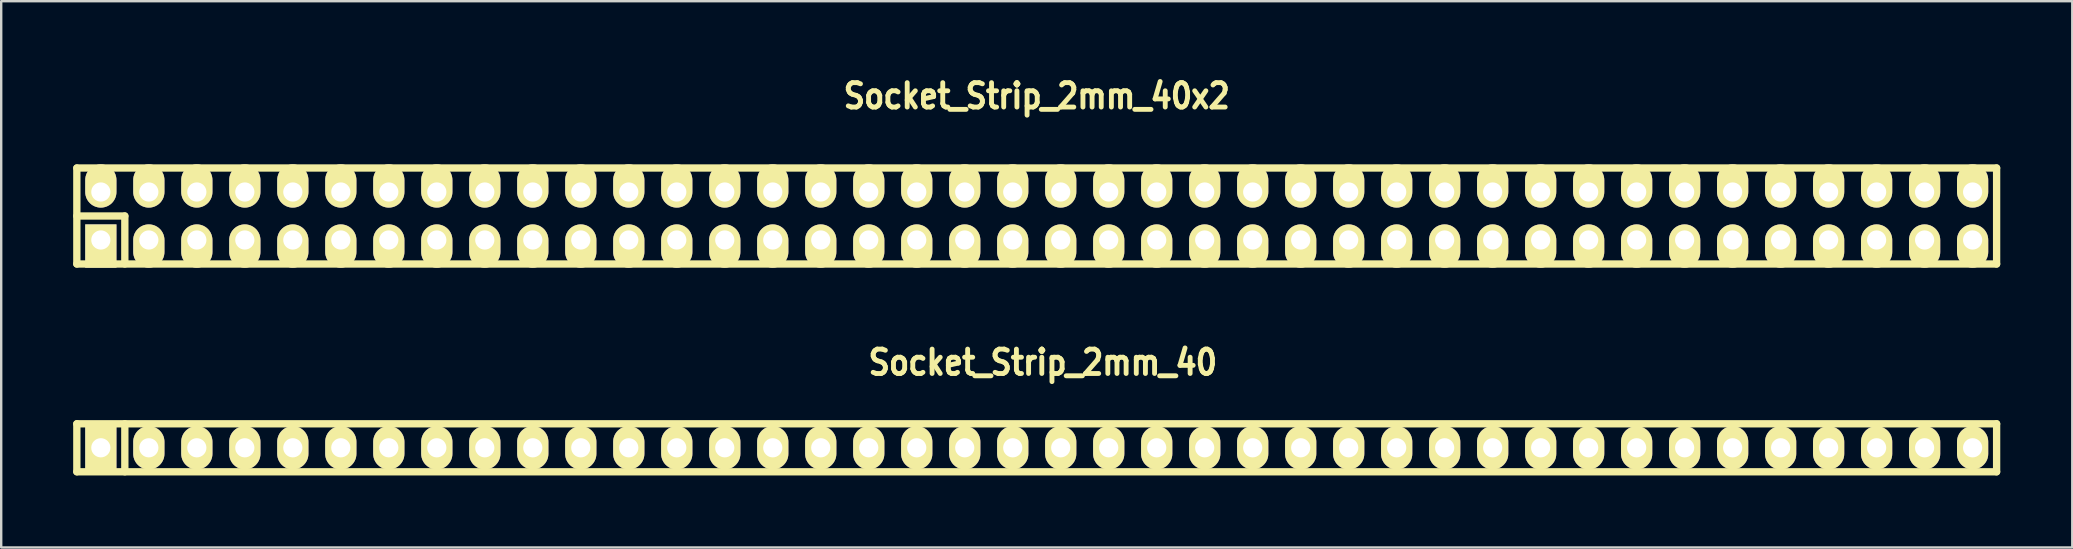
<source format=kicad_pcb>
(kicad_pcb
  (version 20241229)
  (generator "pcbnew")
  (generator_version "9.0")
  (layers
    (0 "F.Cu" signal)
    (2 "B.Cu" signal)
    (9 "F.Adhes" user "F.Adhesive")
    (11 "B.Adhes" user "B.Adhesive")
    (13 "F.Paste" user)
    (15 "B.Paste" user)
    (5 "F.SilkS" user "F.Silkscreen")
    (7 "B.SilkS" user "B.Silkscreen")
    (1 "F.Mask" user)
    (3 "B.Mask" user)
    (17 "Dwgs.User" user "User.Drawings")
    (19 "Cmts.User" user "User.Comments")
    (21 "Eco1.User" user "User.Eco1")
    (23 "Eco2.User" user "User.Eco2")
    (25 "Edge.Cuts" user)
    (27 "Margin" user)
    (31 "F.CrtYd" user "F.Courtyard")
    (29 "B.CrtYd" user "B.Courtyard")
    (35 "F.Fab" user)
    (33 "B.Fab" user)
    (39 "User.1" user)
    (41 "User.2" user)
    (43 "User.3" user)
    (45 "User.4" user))
  (footprint "Socket_Strip_2mm_40"
    (layer "F.Cu")
    (at 40.152 15.61)
    (property "Reference" "Socket_Strip_2mm_40" (at 0.254 -3.556 0) (layer "F.SilkS") (effects (font (size 1.016 0.889) (thickness 0.203))))
    (attr through_hole)
    (fp_line (start -40 -1) (end 40 -1) (stroke (width 0.305) (type solid)) (layer "F.SilkS"))
    (fp_line (start -40 1) (end -40 -1) (stroke (width 0.305) (type solid)) (layer "F.SilkS"))
    (fp_line (start -38 -1) (end -38 1) (stroke (width 0.305) (type solid)) (layer "F.SilkS"))
    (fp_line (start 40 -1) (end 40 1) (stroke (width 0.305) (type solid)) (layer "F.SilkS"))
    (fp_line (start 40 1) (end -40 1) (stroke (width 0.305) (type solid)) (layer "F.SilkS"))
    (pad "1" thru_hole rect (at -39 0) (size 1.3 1.8) (drill 0.8) (layers "*.Cu" "*.Mask" "F.SilkS"))
    (pad "2" thru_hole oval (at -37 0) (size 1.3 1.8) (drill 0.8) (layers "*.Cu" "*.Mask" "F.SilkS"))
    (pad "3" thru_hole oval (at -35 0) (size 1.3 1.8) (drill 0.8) (layers "*.Cu" "*.Mask" "F.SilkS"))
    (pad "4" thru_hole oval (at -33 0) (size 1.3 1.8) (drill 0.8) (layers "*.Cu" "*.Mask" "F.SilkS"))
    (pad "5" thru_hole oval (at -31 0) (size 1.3 1.8) (drill 0.8) (layers "*.Cu" "*.Mask" "F.SilkS"))
    (pad "6" thru_hole oval (at -29 0) (size 1.3 1.8) (drill 0.8) (layers "*.Cu" "*.Mask" "F.SilkS"))
    (pad "7" thru_hole oval (at -27 0) (size 1.3 1.8) (drill 0.8) (layers "*.Cu" "*.Mask" "F.SilkS"))
    (pad "8" thru_hole oval (at -25 0) (size 1.3 1.8) (drill 0.8) (layers "*.Cu" "*.Mask" "F.SilkS"))
    (pad "9" thru_hole oval (at -23 0) (size 1.3 1.8) (drill 0.8) (layers "*.Cu" "*.Mask" "F.SilkS"))
    (pad "10" thru_hole oval (at -21 0) (size 1.3 1.8) (drill 0.8) (layers "*.Cu" "*.Mask" "F.SilkS"))
    (pad "11" thru_hole oval (at -19 0) (size 1.3 1.8) (drill 0.8) (layers "*.Cu" "*.Mask" "F.SilkS"))
    (pad "12" thru_hole oval (at -17 0) (size 1.3 1.8) (drill 0.8) (layers "*.Cu" "*.Mask" "F.SilkS"))
    (pad "13" thru_hole oval (at -15 0) (size 1.3 1.8) (drill 0.8) (layers "*.Cu" "*.Mask" "F.SilkS"))
    (pad "14" thru_hole oval (at -13 0) (size 1.3 1.8) (drill 0.8) (layers "*.Cu" "*.Mask" "F.SilkS"))
    (pad "15" thru_hole oval (at -11 0) (size 1.3 1.8) (drill 0.8) (layers "*.Cu" "*.Mask" "F.SilkS"))
    (pad "16" thru_hole oval (at -9 0) (size 1.3 1.8) (drill 0.8) (layers "*.Cu" "*.Mask" "F.SilkS"))
    (pad "17" thru_hole oval (at -7 0) (size 1.3 1.8) (drill 0.8) (layers "*.Cu" "*.Mask" "F.SilkS"))
    (pad "18" thru_hole oval (at -5 0) (size 1.3 1.8) (drill 0.8) (layers "*.Cu" "*.Mask" "F.SilkS"))
    (pad "19" thru_hole oval (at -3 0) (size 1.3 1.8) (drill 0.8) (layers "*.Cu" "*.Mask" "F.SilkS"))
    (pad "20" thru_hole oval (at -1 0) (size 1.3 1.8) (drill 0.8) (layers "*.Cu" "*.Mask" "F.SilkS"))
    (pad "21" thru_hole oval (at 1 0) (size 1.3 1.8) (drill 0.8) (layers "*.Cu" "*.Mask" "F.SilkS"))
    (pad "22" thru_hole oval (at 3 0) (size 1.3 1.8) (drill 0.8) (layers "*.Cu" "*.Mask" "F.SilkS"))
    (pad "23" thru_hole oval (at 5 0) (size 1.3 1.8) (drill 0.8) (layers "*.Cu" "*.Mask" "F.SilkS"))
    (pad "24" thru_hole oval (at 7 0) (size 1.3 1.8) (drill 0.8) (layers "*.Cu" "*.Mask" "F.SilkS"))
    (pad "25" thru_hole oval (at 9 0) (size 1.3 1.8) (drill 0.8) (layers "*.Cu" "*.Mask" "F.SilkS"))
    (pad "26" thru_hole oval (at 11 0) (size 1.3 1.8) (drill 0.8) (layers "*.Cu" "*.Mask" "F.SilkS"))
    (pad "27" thru_hole oval (at 13 0) (size 1.3 1.8) (drill 0.8) (layers "*.Cu" "*.Mask" "F.SilkS"))
    (pad "28" thru_hole oval (at 15 0) (size 1.3 1.8) (drill 0.8) (layers "*.Cu" "*.Mask" "F.SilkS"))
    (pad "29" thru_hole oval (at 17 0) (size 1.3 1.8) (drill 0.8) (layers "*.Cu" "*.Mask" "F.SilkS"))
    (pad "30" thru_hole oval (at 19 0) (size 1.3 1.8) (drill 0.8) (layers "*.Cu" "*.Mask" "F.SilkS"))
    (pad "31" thru_hole oval (at 21 0) (size 1.3 1.8) (drill 0.8) (layers "*.Cu" "*.Mask" "F.SilkS"))
    (pad "32" thru_hole oval (at 23 0) (size 1.3 1.8) (drill 0.8) (layers "*.Cu" "*.Mask" "F.SilkS"))
    (pad "33" thru_hole oval (at 25 0) (size 1.3 1.8) (drill 0.8) (layers "*.Cu" "*.Mask" "F.SilkS"))
    (pad "34" thru_hole oval (at 27 0) (size 1.3 1.8) (drill 0.8) (layers "*.Cu" "*.Mask" "F.SilkS"))
    (pad "35" thru_hole oval (at 29 0) (size 1.3 1.8) (drill 0.8) (layers "*.Cu" "*.Mask" "F.SilkS"))
    (pad "36" thru_hole oval (at 31 0) (size 1.3 1.8) (drill 0.8) (layers "*.Cu" "*.Mask" "F.SilkS"))
    (pad "37" thru_hole oval (at 33 0) (size 1.3 1.8) (drill 0.8) (layers "*.Cu" "*.Mask" "F.SilkS"))
    (pad "38" thru_hole oval (at 35 0) (size 1.3 1.8) (drill 0.8) (layers "*.Cu" "*.Mask" "F.SilkS"))
    (pad "39" thru_hole oval (at 37 0) (size 1.3 1.8) (drill 0.8) (layers "*.Cu" "*.Mask" "F.SilkS"))
    (pad "40" thru_hole oval (at 39 0) (size 1.3 1.8) (drill 0.8) (layers "*.Cu" "*.Mask" "F.SilkS")))
  (footprint "Socket_Strip_2mm_40x2"
    (layer "F.Cu")
    (at 40.152 5.951)
    (property "Reference" "Socket_Strip_2mm_40x2" (at 0 -5 0) (layer "F.SilkS") (effects (font (size 1.016 0.889) (thickness 0.203))))
    (attr through_hole)
    (fp_line (start -40 -2) (end 40 -2) (stroke (width 0.305) (type solid)) (layer "F.SilkS"))
    (fp_line (start -40 0) (end -38 0) (stroke (width 0.305) (type solid)) (layer "F.SilkS"))
    (fp_line (start -40 2) (end -40 -2) (stroke (width 0.305) (type solid)) (layer "F.SilkS"))
    (fp_line (start -38 0) (end -38 2) (stroke (width 0.305) (type solid)) (layer "F.SilkS"))
    (fp_line (start 40 -2) (end 40 2) (stroke (width 0.305) (type solid)) (layer "F.SilkS"))
    (fp_line (start 40 2) (end -40 2) (stroke (width 0.305) (type solid)) (layer "F.SilkS"))
    (pad "1" thru_hole rect (at -39 1) (size 1.3 1.8) (drill 0.8 (offset 0 0.25)) (layers "*.Cu" "*.Mask" "F.SilkS"))
    (pad "2" thru_hole oval (at -39 -1) (size 1.3 1.8) (drill 0.8 (offset 0 -0.25)) (layers "*.Cu" "*.Mask" "F.SilkS"))
    (pad "3" thru_hole oval (at -37 1) (size 1.3 1.8) (drill 0.8 (offset 0 0.25)) (layers "*.Cu" "*.Mask" "F.SilkS"))
    (pad "4" thru_hole oval (at -37 -1) (size 1.3 1.8) (drill 0.8 (offset 0 -0.25)) (layers "*.Cu" "*.Mask" "F.SilkS"))
    (pad "5" thru_hole oval (at -35 1) (size 1.3 1.8) (drill 0.8 (offset 0 0.25)) (layers "*.Cu" "*.Mask" "F.SilkS"))
    (pad "6" thru_hole oval (at -35 -1) (size 1.3 1.8) (drill 0.8 (offset 0 -0.25)) (layers "*.Cu" "*.Mask" "F.SilkS"))
    (pad "7" thru_hole oval (at -33 1) (size 1.3 1.8) (drill 0.8 (offset 0 0.25)) (layers "*.Cu" "*.Mask" "F.SilkS"))
    (pad "8" thru_hole oval (at -33 -1) (size 1.3 1.8) (drill 0.8 (offset 0 -0.25)) (layers "*.Cu" "*.Mask" "F.SilkS"))
    (pad "9" thru_hole oval (at -31 1) (size 1.3 1.8) (drill 0.8 (offset 0 0.25)) (layers "*.Cu" "*.Mask" "F.SilkS"))
    (pad "10" thru_hole oval (at -31 -1) (size 1.3 1.8) (drill 0.8 (offset 0 -0.25)) (layers "*.Cu" "*.Mask" "F.SilkS"))
    (pad "11" thru_hole oval (at -29 1) (size 1.3 1.8) (drill 0.8 (offset 0 0.25)) (layers "*.Cu" "*.Mask" "F.SilkS"))
    (pad "12" thru_hole oval (at -29 -1) (size 1.3 1.8) (drill 0.8 (offset 0 -0.25)) (layers "*.Cu" "*.Mask" "F.SilkS"))
    (pad "13" thru_hole oval (at -27 1) (size 1.3 1.8) (drill 0.8 (offset 0 0.25)) (layers "*.Cu" "*.Mask" "F.SilkS"))
    (pad "14" thru_hole oval (at -27 -1) (size 1.3 1.8) (drill 0.8 (offset 0 -0.25)) (layers "*.Cu" "*.Mask" "F.SilkS"))
    (pad "15" thru_hole oval (at -25 1) (size 1.3 1.8) (drill 0.8 (offset 0 0.25)) (layers "*.Cu" "*.Mask" "F.SilkS"))
    (pad "16" thru_hole oval (at -25 -1) (size 1.3 1.8) (drill 0.8 (offset 0 -0.25)) (layers "*.Cu" "*.Mask" "F.SilkS"))
    (pad "17" thru_hole oval (at -23 1) (size 1.3 1.8) (drill 0.8 (offset 0 0.25)) (layers "*.Cu" "*.Mask" "F.SilkS"))
    (pad "18" thru_hole oval (at -23 -1) (size 1.3 1.8) (drill 0.8 (offset 0 -0.25)) (layers "*.Cu" "*.Mask" "F.SilkS"))
    (pad "19" thru_hole oval (at -21 1) (size 1.3 1.8) (drill 0.8 (offset 0 0.25)) (layers "*.Cu" "*.Mask" "F.SilkS"))
    (pad "20" thru_hole oval (at -21 -1) (size 1.3 1.8) (drill 0.8 (offset 0 -0.25)) (layers "*.Cu" "*.Mask" "F.SilkS"))
    (pad "21" thru_hole oval (at -19 1) (size 1.3 1.8) (drill 0.8 (offset 0 0.25)) (layers "*.Cu" "*.Mask" "F.SilkS"))
    (pad "22" thru_hole oval (at -19 -1) (size 1.3 1.8) (drill 0.8 (offset 0 -0.25)) (layers "*.Cu" "*.Mask" "F.SilkS"))
    (pad "23" thru_hole oval (at -17 1) (size 1.3 1.8) (drill 0.8 (offset 0 0.25)) (layers "*.Cu" "*.Mask" "F.SilkS"))
    (pad "24" thru_hole oval (at -17 -1) (size 1.3 1.8) (drill 0.8 (offset 0 -0.25)) (layers "*.Cu" "*.Mask" "F.SilkS"))
    (pad "25" thru_hole oval (at -15 1) (size 1.3 1.8) (drill 0.8 (offset 0 0.25)) (layers "*.Cu" "*.Mask" "F.SilkS"))
    (pad "26" thru_hole oval (at -15 -1) (size 1.3 1.8) (drill 0.8 (offset 0 -0.25)) (layers "*.Cu" "*.Mask" "F.SilkS"))
    (pad "27" thru_hole oval (at -13 1) (size 1.3 1.8) (drill 0.8 (offset 0 0.25)) (layers "*.Cu" "*.Mask" "F.SilkS"))
    (pad "28" thru_hole oval (at -13 -1) (size 1.3 1.8) (drill 0.8 (offset 0 -0.25)) (layers "*.Cu" "*.Mask" "F.SilkS"))
    (pad "29" thru_hole oval (at -11 1) (size 1.3 1.8) (drill 0.8 (offset 0 0.25)) (layers "*.Cu" "*.Mask" "F.SilkS"))
    (pad "30" thru_hole oval (at -11 -1) (size 1.3 1.8) (drill 0.8 (offset 0 -0.25)) (layers "*.Cu" "*.Mask" "F.SilkS"))
    (pad "31" thru_hole oval (at -9 1) (size 1.3 1.8) (drill 0.8 (offset 0 0.25)) (layers "*.Cu" "*.Mask" "F.SilkS"))
    (pad "32" thru_hole oval (at -9 -1) (size 1.3 1.8) (drill 0.8 (offset 0 -0.25)) (layers "*.Cu" "*.Mask" "F.SilkS"))
    (pad "33" thru_hole oval (at -7 1) (size 1.3 1.8) (drill 0.8 (offset 0 0.25)) (layers "*.Cu" "*.Mask" "F.SilkS"))
    (pad "34" thru_hole oval (at -7 -1) (size 1.3 1.8) (drill 0.8 (offset 0 -0.25)) (layers "*.Cu" "*.Mask" "F.SilkS"))
    (pad "35" thru_hole oval (at -5 1) (size 1.3 1.8) (drill 0.8 (offset 0 0.25)) (layers "*.Cu" "*.Mask" "F.SilkS"))
    (pad "36" thru_hole oval (at -5 -1) (size 1.3 1.8) (drill 0.8 (offset 0 -0.25)) (layers "*.Cu" "*.Mask" "F.SilkS"))
    (pad "37" thru_hole oval (at -3 1) (size 1.3 1.8) (drill 0.8 (offset 0 0.25)) (layers "*.Cu" "*.Mask" "F.SilkS"))
    (pad "38" thru_hole oval (at -3 -1) (size 1.3 1.8) (drill 0.8 (offset 0 -0.25)) (layers "*.Cu" "*.Mask" "F.SilkS"))
    (pad "39" thru_hole oval (at -1 1) (size 1.3 1.8) (drill 0.8 (offset 0 0.25)) (layers "*.Cu" "*.Mask" "F.SilkS"))
    (pad "40" thru_hole oval (at -1 -1) (size 1.3 1.8) (drill 0.8 (offset 0 -0.25)) (layers "*.Cu" "*.Mask" "F.SilkS"))
    (pad "41" thru_hole oval (at 1 1) (size 1.3 1.8) (drill 0.8 (offset 0 0.25)) (layers "*.Cu" "*.Mask" "F.SilkS"))
    (pad "42" thru_hole oval (at 1 -1) (size 1.3 1.8) (drill 0.8 (offset 0 -0.25)) (layers "*.Cu" "*.Mask" "F.SilkS"))
    (pad "43" thru_hole oval (at 3 1) (size 1.3 1.8) (drill 0.8 (offset 0 0.25)) (layers "*.Cu" "*.Mask" "F.SilkS"))
    (pad "44" thru_hole oval (at 3 -1) (size 1.3 1.8) (drill 0.8 (offset 0 -0.25)) (layers "*.Cu" "*.Mask" "F.SilkS"))
    (pad "45" thru_hole oval (at 5 1) (size 1.3 1.8) (drill 0.8 (offset 0 0.25)) (layers "*.Cu" "*.Mask" "F.SilkS"))
    (pad "46" thru_hole oval (at 5 -1) (size 1.3 1.8) (drill 0.8 (offset 0 -0.25)) (layers "*.Cu" "*.Mask" "F.SilkS"))
    (pad "47" thru_hole oval (at 7 1) (size 1.3 1.8) (drill 0.8 (offset 0 0.25)) (layers "*.Cu" "*.Mask" "F.SilkS"))
    (pad "48" thru_hole oval (at 7 -1) (size 1.3 1.8) (drill 0.8 (offset 0 -0.25)) (layers "*.Cu" "*.Mask" "F.SilkS"))
    (pad "49" thru_hole oval (at 9 1) (size 1.3 1.8) (drill 0.8 (offset 0 0.25)) (layers "*.Cu" "*.Mask" "F.SilkS"))
    (pad "50" thru_hole oval (at 9 -1) (size 1.3 1.8) (drill 0.8 (offset 0 -0.25)) (layers "*.Cu" "*.Mask" "F.SilkS"))
    (pad "51" thru_hole oval (at 11 1) (size 1.3 1.8) (drill 0.8 (offset 0 0.25)) (layers "*.Cu" "*.Mask" "F.SilkS"))
    (pad "52" thru_hole oval (at 11 -1) (size 1.3 1.8) (drill 0.8 (offset 0 -0.25)) (layers "*.Cu" "*.Mask" "F.SilkS"))
    (pad "53" thru_hole oval (at 13 1) (size 1.3 1.8) (drill 0.8 (offset 0 0.25)) (layers "*.Cu" "*.Mask" "F.SilkS"))
    (pad "54" thru_hole oval (at 13 -1) (size 1.3 1.8) (drill 0.8 (offset 0 -0.25)) (layers "*.Cu" "*.Mask" "F.SilkS"))
    (pad "55" thru_hole oval (at 15 1) (size 1.3 1.8) (drill 0.8 (offset 0 0.25)) (layers "*.Cu" "*.Mask" "F.SilkS"))
    (pad "56" thru_hole oval (at 15 -1) (size 1.3 1.8) (drill 0.8 (offset 0 -0.25)) (layers "*.Cu" "*.Mask" "F.SilkS"))
    (pad "57" thru_hole oval (at 17 1) (size 1.3 1.8) (drill 0.8 (offset 0 0.25)) (layers "*.Cu" "*.Mask" "F.SilkS"))
    (pad "58" thru_hole oval (at 17 -1) (size 1.3 1.8) (drill 0.8 (offset 0 -0.25)) (layers "*.Cu" "*.Mask" "F.SilkS"))
    (pad "59" thru_hole oval (at 19 1) (size 1.3 1.8) (drill 0.8 (offset 0 0.25)) (layers "*.Cu" "*.Mask" "F.SilkS"))
    (pad "60" thru_hole oval (at 19 -1) (size 1.3 1.8) (drill 0.8 (offset 0 -0.25)) (layers "*.Cu" "*.Mask" "F.SilkS"))
    (pad "61" thru_hole oval (at 21 1) (size 1.3 1.8) (drill 0.8 (offset 0 0.25)) (layers "*.Cu" "*.Mask" "F.SilkS"))
    (pad "62" thru_hole oval (at 21 -1) (size 1.3 1.8) (drill 0.8 (offset 0 -0.25)) (layers "*.Cu" "*.Mask" "F.SilkS"))
    (pad "63" thru_hole oval (at 23 1) (size 1.3 1.8) (drill 0.8 (offset 0 0.25)) (layers "*.Cu" "*.Mask" "F.SilkS"))
    (pad "64" thru_hole oval (at 23 -1) (size 1.3 1.8) (drill 0.8 (offset 0 -0.25)) (layers "*.Cu" "*.Mask" "F.SilkS"))
    (pad "65" thru_hole oval (at 25 1) (size 1.3 1.8) (drill 0.8 (offset 0 0.25)) (layers "*.Cu" "*.Mask" "F.SilkS"))
    (pad "66" thru_hole oval (at 25 -1) (size 1.3 1.8) (drill 0.8 (offset 0 -0.25)) (layers "*.Cu" "*.Mask" "F.SilkS"))
    (pad "67" thru_hole oval (at 27 1) (size 1.3 1.8) (drill 0.8 (offset 0 0.25)) (layers "*.Cu" "*.Mask" "F.SilkS"))
    (pad "68" thru_hole oval (at 27 -1) (size 1.3 1.8) (drill 0.8 (offset 0 -0.25)) (layers "*.Cu" "*.Mask" "F.SilkS"))
    (pad "69" thru_hole oval (at 29 1) (size 1.3 1.8) (drill 0.8 (offset 0 0.25)) (layers "*.Cu" "*.Mask" "F.SilkS"))
    (pad "70" thru_hole oval (at 29 -1) (size 1.3 1.8) (drill 0.8 (offset 0 -0.25)) (layers "*.Cu" "*.Mask" "F.SilkS"))
    (pad "71" thru_hole oval (at 31 1) (size 1.3 1.8) (drill 0.8 (offset 0 0.25)) (layers "*.Cu" "*.Mask" "F.SilkS"))
    (pad "72" thru_hole oval (at 31 -1) (size 1.3 1.8) (drill 0.8 (offset 0 -0.25)) (layers "*.Cu" "*.Mask" "F.SilkS"))
    (pad "73" thru_hole oval (at 33 1) (size 1.3 1.8) (drill 0.8 (offset 0 0.25)) (layers "*.Cu" "*.Mask" "F.SilkS"))
    (pad "74" thru_hole oval (at 33 -1) (size 1.3 1.8) (drill 0.8 (offset 0 -0.25)) (layers "*.Cu" "*.Mask" "F.SilkS"))
    (pad "75" thru_hole oval (at 35 1) (size 1.3 1.8) (drill 0.8 (offset 0 0.25)) (layers "*.Cu" "*.Mask" "F.SilkS"))
    (pad "76" thru_hole oval (at 35 -1) (size 1.3 1.8) (drill 0.8 (offset 0 -0.25)) (layers "*.Cu" "*.Mask" "F.SilkS"))
    (pad "77" thru_hole oval (at 37 1) (size 1.3 1.8) (drill 0.8 (offset 0 0.25)) (layers "*.Cu" "*.Mask" "F.SilkS"))
    (pad "78" thru_hole oval (at 37 -1) (size 1.3 1.8) (drill 0.8 (offset 0 -0.25)) (layers "*.Cu" "*.Mask" "F.SilkS"))
    (pad "79" thru_hole oval (at 39 1) (size 1.3 1.8) (drill 0.8 (offset 0 0.25)) (layers "*.Cu" "*.Mask" "F.SilkS"))
    (pad "80" thru_hole oval (at 39 -1) (size 1.3 1.8) (drill 0.8 (offset 0 -0.25)) (layers "*.Cu" "*.Mask" "F.SilkS")))
  (gr_rect
    (start -3 -3)
    (end 83.305 19.763)
    (stroke (width 0.1) (type default))
    (fill no)
    (layer "Edge.Cuts")))
</source>
